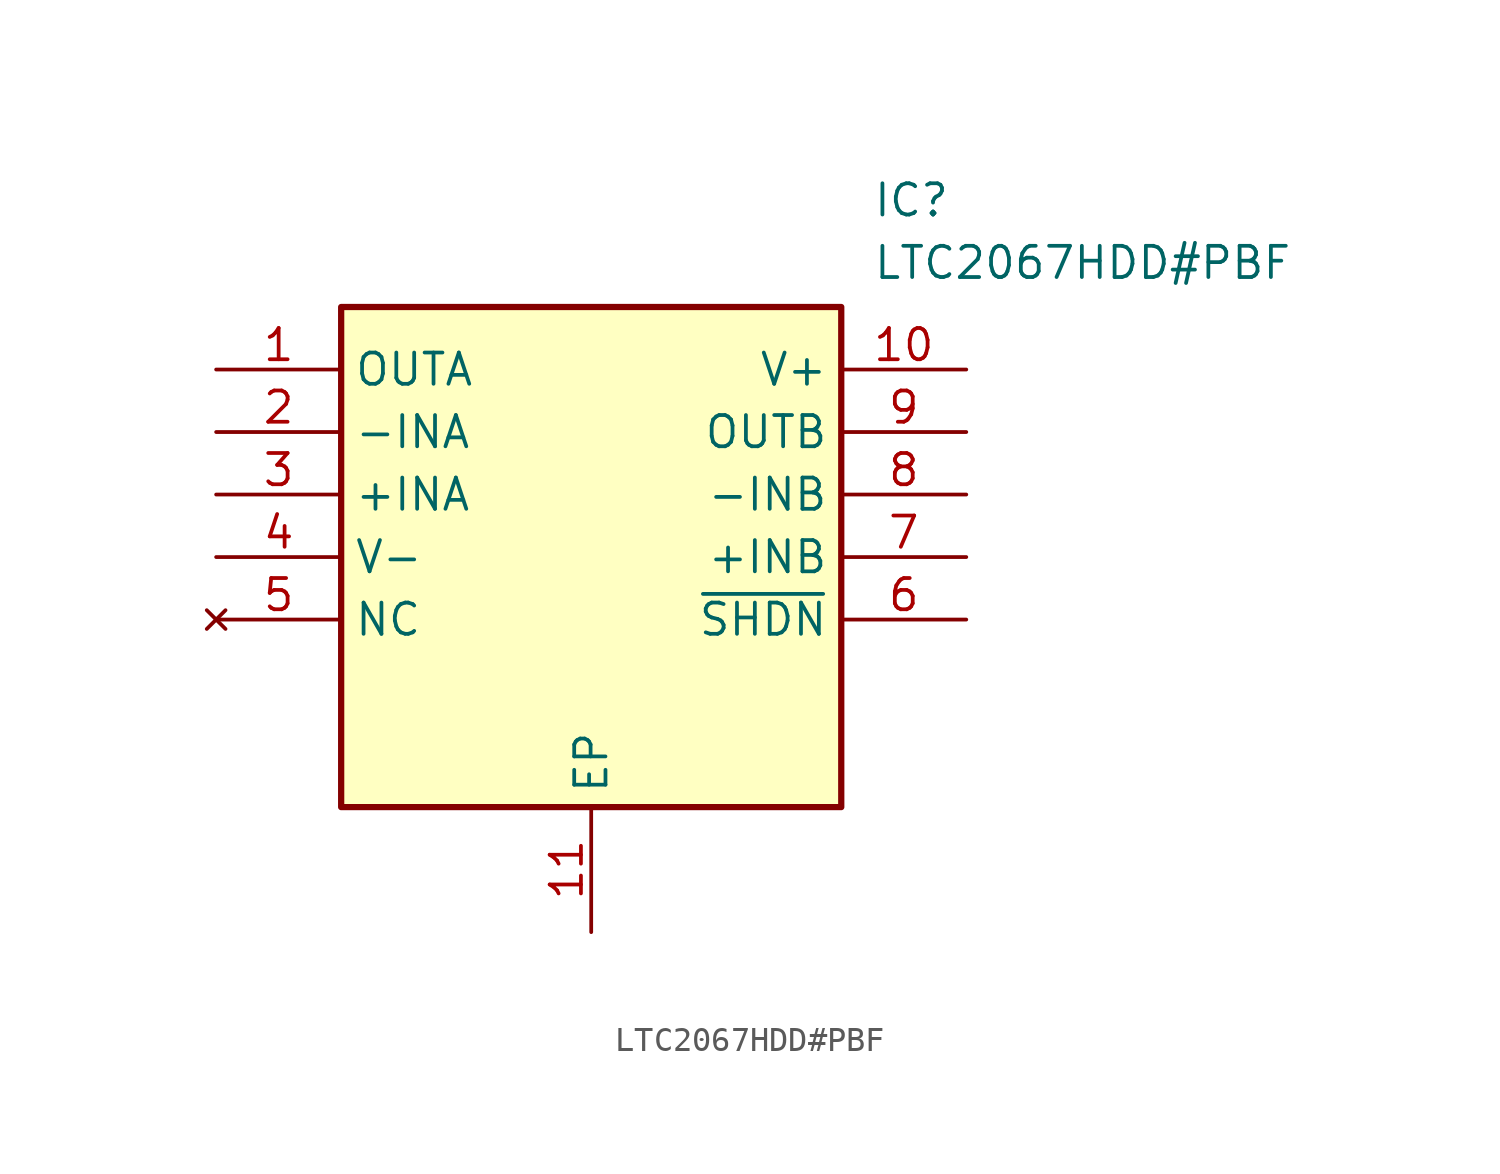
<source format=kicad_sym>
(kicad_symbol_lib
  (version 20211014)
  (generator SamacSys_ECAD_Model)
  (symbol "LTC2067HDD#PBF"
    (property "Reference" "IC"
      (at 26.67 7.62 0)
      (effects (font (size 1.27 1.27)) (justify left top)))
    (property "Value" "LTC2067HDD#PBF"
      (at 26.67 5.08 0)
      (effects (font (size 1.27 1.27)) (justify left top)))
    (rectangle
      (start 5.08 2.54)
      (end 25.4 -17.78)
      (stroke (width 0.254) (type default))
      (fill (type background)))
    (pin passive line
      (at 0 0 0)
      (length 5.08)
      (name "OUTA" (effects (font (size 1.27 1.27))))
      (number "1" (effects (font (size 1.27 1.27)))))
    (pin passive line
      (at 0 -2.54 0)
      (length 5.08)
      (name "-INA" (effects (font (size 1.27 1.27))))
      (number "2" (effects (font (size 1.27 1.27)))))
    (pin passive line
      (at 0 -5.08 0)
      (length 5.08)
      (name "+INA" (effects (font (size 1.27 1.27))))
      (number "3" (effects (font (size 1.27 1.27)))))
    (pin passive line
      (at 0 -7.62 0)
      (length 5.08)
      (name "V-" (effects (font (size 1.27 1.27))))
      (number "4" (effects (font (size 1.27 1.27)))))
    (pin no_connect line
      (at 0 -10.16 0)
      (length 5.08)
      (name "NC" (effects (font (size 1.27 1.27))))
      (number "5" (effects (font (size 1.27 1.27)))))
    (pin passive line
      (at 15.24 -22.86 90)
      (length 5.08)
      (name "EP" (effects (font (size 1.27 1.27))))
      (number "11" (effects (font (size 1.27 1.27)))))
    (pin passive line
      (at 30.48 0 180)
      (length 5.08)
      (name "V+" (effects (font (size 1.27 1.27))))
      (number "10" (effects (font (size 1.27 1.27)))))
    (pin passive line
      (at 30.48 -2.54 180)
      (length 5.08)
      (name "OUTB" (effects (font (size 1.27 1.27))))
      (number "9" (effects (font (size 1.27 1.27)))))
    (pin passive line
      (at 30.48 -5.08 180)
      (length 5.08)
      (name "-INB" (effects (font (size 1.27 1.27))))
      (number "8" (effects (font (size 1.27 1.27)))))
    (pin passive line
      (at 30.48 -7.62 180)
      (length 5.08)
      (name "+INB" (effects (font (size 1.27 1.27))))
      (number "7" (effects (font (size 1.27 1.27)))))
    (pin passive line
      (at 30.48 -10.16 180)
      (length 5.08)
      (name "~{SHDN}" (effects (font (size 1.27 1.27))))
      (number "6" (effects (font (size 1.27 1.27)))))))
</source>
